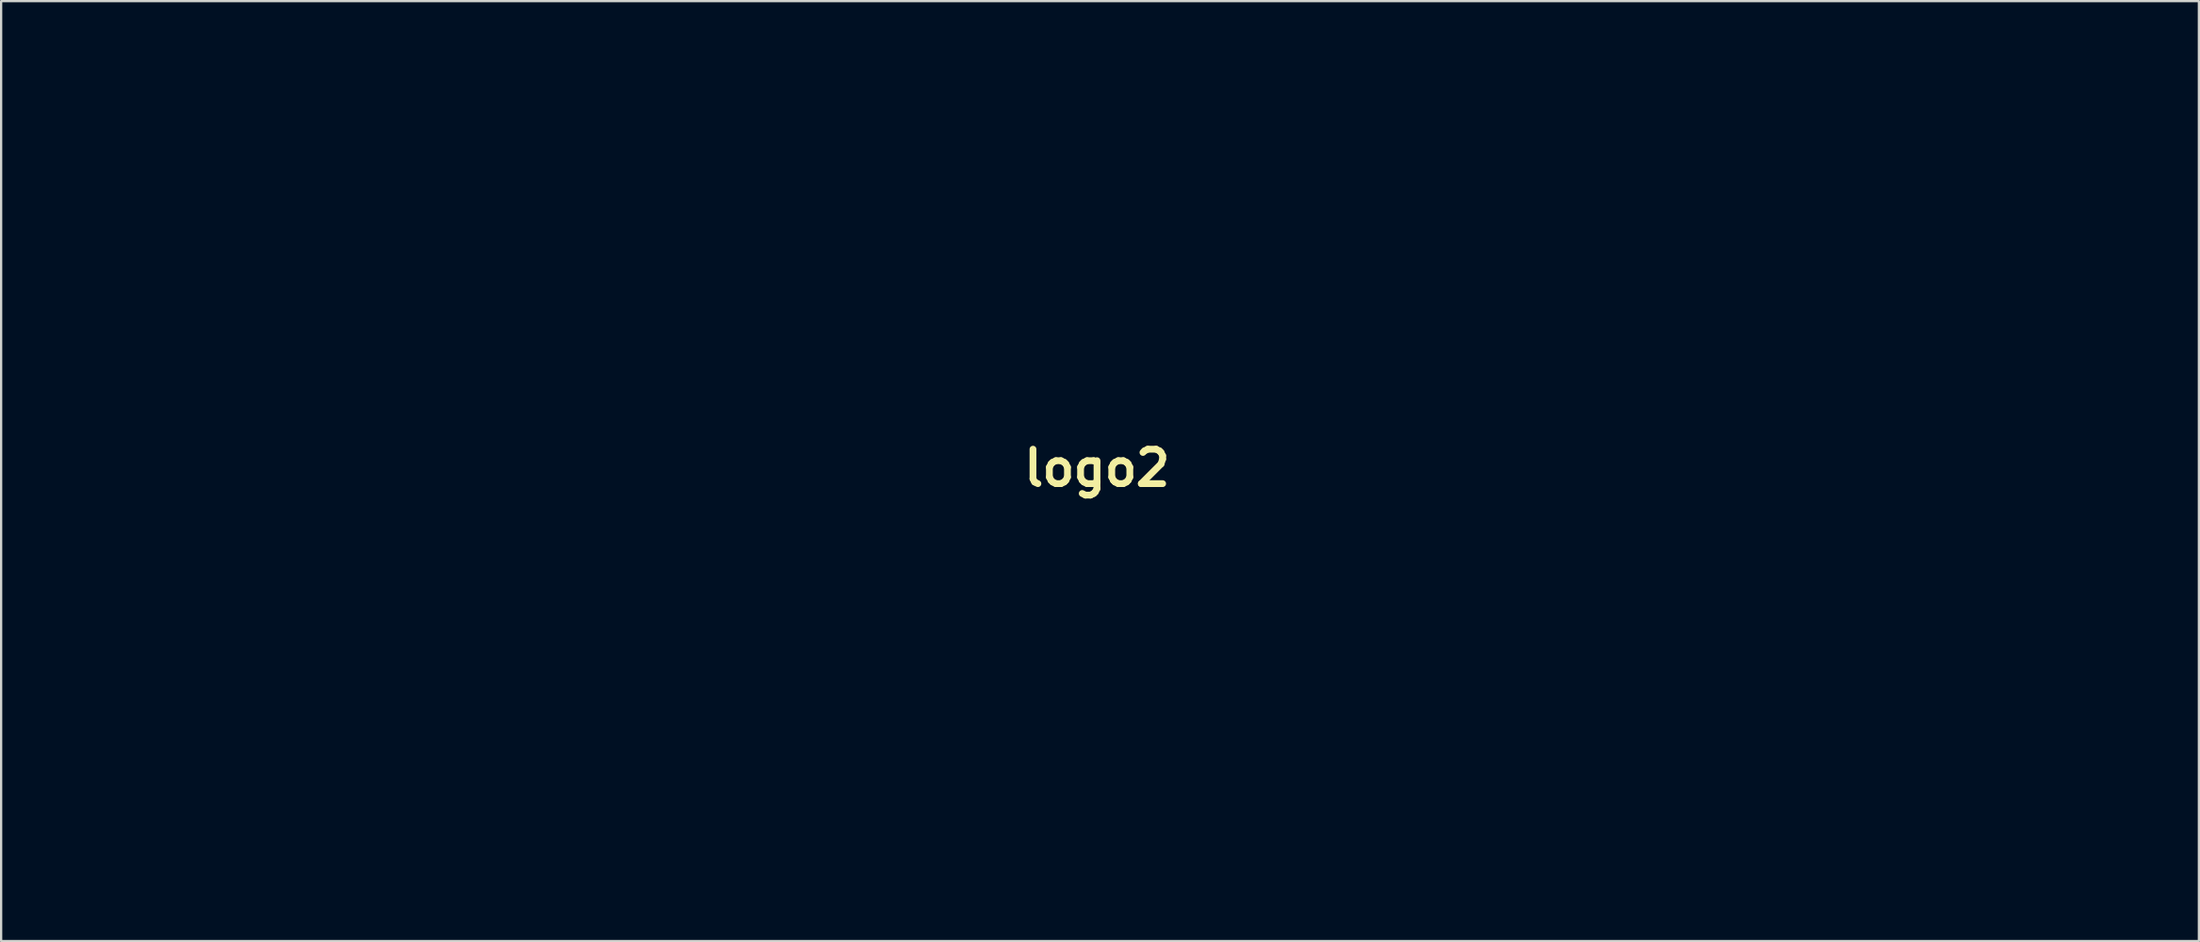
<source format=kicad_pcb>
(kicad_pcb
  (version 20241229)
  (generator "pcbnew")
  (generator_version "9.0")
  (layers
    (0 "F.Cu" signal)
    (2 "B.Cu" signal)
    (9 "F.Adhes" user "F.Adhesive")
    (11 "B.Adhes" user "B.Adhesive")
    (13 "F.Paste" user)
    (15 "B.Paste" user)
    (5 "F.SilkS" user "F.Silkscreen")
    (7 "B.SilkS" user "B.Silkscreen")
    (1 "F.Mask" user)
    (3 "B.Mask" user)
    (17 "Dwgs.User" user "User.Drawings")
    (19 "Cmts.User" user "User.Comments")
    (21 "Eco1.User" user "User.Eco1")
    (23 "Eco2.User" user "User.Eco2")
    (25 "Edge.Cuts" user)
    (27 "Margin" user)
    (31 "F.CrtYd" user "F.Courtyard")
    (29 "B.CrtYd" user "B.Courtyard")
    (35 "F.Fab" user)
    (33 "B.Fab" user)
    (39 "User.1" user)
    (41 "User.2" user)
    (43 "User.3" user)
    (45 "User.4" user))
  (footprint "logo2"
    (layer "F.Cu")
    (at 45.458 17.651)
    (property "Reference" "logo2" (at 0 0 0) (layer "F.SilkS") (effects (font (size 1.524 1.524) (thickness 0.3))))
    (attr through_hole)
    (fp_poly (pts (xy 30.79 -7.48) (xy 30.725 -7.174) (xy 30.36 -6.999) (xy 30.004 -7.128) (xy 29.945 -7.353) (xy 30.137 -7.69) (xy 30.413 -7.703) (xy 30.79 -7.48)) (stroke (width 0.01) (type solid)) (fill no) (layer "Eco2.User"))
    (fp_poly (pts (xy -4.189 0.271) (xy -4.089 0.579) (xy -4.363 0.787) (xy -4.523 0.802) (xy -4.983 0.632) (xy -5.08 0.381) (xy -4.88 0.06) (xy -4.634 0.047) (xy -4.189 0.271)) (stroke (width 0.01) (type solid)) (fill no) (layer "Eco2.User"))
    (fp_poly (pts (xy 30.837 -5.848) (xy 30.964 -5.545) (xy 30.866 -5.164) (xy 30.5 -5.08) (xy 30.042 -5.256) (xy 29.945 -5.634) (xy 30.113 -6.03) (xy 30.48 -6.096) (xy 30.837 -5.848)) (stroke (width 0.01) (type solid)) (fill no) (layer "Eco2.User"))
    (fp_poly (pts (xy -0.205 1.014) (xy -0.196 1.047) (xy -0.207 1.511) (xy -0.426 1.604) (xy -0.763 1.489) (xy -0.798 1.404) (xy -0.666 1.022) (xy -0.568 0.846) (xy -0.363 0.684) (xy -0.205 1.014)) (stroke (width 0.01) (type solid)) (fill no) (layer "Eco2.User"))
    (fp_poly (pts (xy 8.749 7.597) (xy 8.859 7.682) (xy 9.028 8.122) (xy 8.911 8.591) (xy 8.577 8.823) (xy 8.556 8.823) (xy 8.226 8.609) (xy 8.111 8.404) (xy 8.1 7.91) (xy 8.365 7.589) (xy 8.749 7.597)) (stroke (width 0.01) (type solid)) (fill no) (layer "Eco2.User"))
    (fp_poly (pts (xy 14.631 7.597) (xy 14.741 7.682) (xy 14.91 8.122) (xy 14.793 8.591) (xy 14.459 8.823) (xy 14.438 8.823) (xy 14.108 8.609) (xy 13.993 8.404) (xy 13.982 7.91) (xy 14.248 7.589) (xy 14.631 7.597)) (stroke (width 0.01) (type solid)) (fill no) (layer "Eco2.User"))
    (fp_poly (pts (xy 27.873 0.048) (xy 28.343 0.267) (xy 28.475 0.535) (xy 28.247 0.881) (xy 27.873 1.021) (xy 27.404 0.972) (xy 27.272 0.559) (xy 27.272 0.535) (xy 27.394 0.106) (xy 27.848 0.045) (xy 27.873 0.048)) (stroke (width 0.01) (type solid)) (fill no) (layer "Eco2.User"))
    (fp_poly (pts (xy 29.069 7.597) (xy 29.179 7.682) (xy 29.348 8.122) (xy 29.231 8.591) (xy 28.897 8.823) (xy 28.876 8.823) (xy 28.546 8.609) (xy 28.431 8.404) (xy 28.42 7.91) (xy 28.685 7.589) (xy 29.069 7.597)) (stroke (width 0.01) (type solid)) (fill no) (layer "Eco2.User"))
    (fp_poly (pts (xy 21.59 0.164) (xy 22.045 0.688) (xy 22.115 1.309) (xy 21.843 1.849) (xy 21.271 2.13) (xy 21.122 2.139) (xy 20.557 1.946) (xy 20.331 1.751) (xy 20.097 1.154) (xy 20.242 0.572) (xy 20.653 0.148) (xy 21.216 0.026) (xy 21.59 0.164)) (stroke (width 0.01) (type solid)) (fill no) (layer "Eco2.User"))
    (fp_poly (pts (xy 42.712 0.164) (xy 43.167 0.688) (xy 43.237 1.309) (xy 42.965 1.849) (xy 42.393 2.13) (xy 42.244 2.139) (xy 41.679 1.946) (xy 41.453 1.751) (xy 41.219 1.154) (xy 41.365 0.572) (xy 41.775 0.148) (xy 42.338 0.026) (xy 42.712 0.164)) (stroke (width 0.01) (type solid)) (fill no) (layer "Eco2.User"))
    (fp_poly (pts (xy -0.799 -7.517) (xy -0.486 -7.085) (xy -0.344 -6.331) (xy -0.529 -5.635) (xy -0.966 -5.172) (xy -1.331 -5.08) (xy -1.655 -5.149) (xy -1.817 -5.443) (xy -1.869 -6.094) (xy -1.872 -6.417) (xy -1.844 -7.218) (xy -1.725 -7.618) (xy -1.462 -7.748) (xy -1.331 -7.754) (xy -0.799 -7.517)) (stroke (width 0.01) (type solid)) (fill no) (layer "Eco2.User"))
    (fp_poly (pts (xy 24.626 -7.524) (xy 24.975 -6.952) (xy 25.044 -6.213) (xy 24.914 -5.748) (xy 24.483 -5.223) (xy 24.069 -5.08) (xy 23.745 -5.149) (xy 23.583 -5.443) (xy 23.531 -6.094) (xy 23.528 -6.417) (xy 23.556 -7.218) (xy 23.675 -7.618) (xy 23.938 -7.748) (xy 24.069 -7.754) (xy 24.626 -7.524)) (stroke (width 0.01) (type solid)) (fill no) (layer "Eco2.User"))
    (fp_poly (pts (xy -28.559 -6.961) (xy -27.145 -6.927) (xy -25.921 -6.868) (xy -24.99 -6.783) (xy -24.455 -6.673) (xy -24.384 -6.631) (xy -24.094 -6.008) (xy -24.155 -5.255) (xy -24.483 -4.698) (xy -24.714 -4.545) (xy -25.104 -4.433) (xy -25.728 -4.358) (xy -26.662 -4.312) (xy -27.981 -4.29) (xy -29.759 -4.286) (xy -29.764 -4.286) (xy -31.456 -4.304) (xy -32.92 -4.348) (xy -34.074 -4.414) (xy -34.834 -4.498) (xy -35.092 -4.567) (xy -35.431 -5.021) (xy -33.956 -5.021) (xy -33.818 -4.803) (xy -33.465 -4.97) (xy -33.093 -5.365) (xy -31.484 -5.365) (xy -31.447 -5.347) (xy -31.203 -5.536) (xy -31.148 -5.615) (xy -31.08 -5.865) (xy -31.117 -5.882) (xy -31.361 -5.694) (xy -31.416 -5.615) (xy -31.484 -5.365) (xy -33.093 -5.365) (xy -32.994 -5.47) (xy -32.886 -5.615) (xy -32.548 -6.148) (xy -32.545 -6.283) (xy -31.015 -6.283) (xy -30.881 -6.149) (xy -30.747 -6.283) (xy -30.881 -6.417) (xy -31.015 -6.283) (xy -32.545 -6.283) (xy -32.543 -6.38) (xy -32.719 -6.417) (xy -33.139 -6.212) (xy -33.601 -5.741) (xy -33.914 -5.218) (xy -33.956 -5.021) (xy -35.431 -5.021) (xy -35.444 -5.039) (xy -35.552 -5.739) (xy -35.397 -6.41) (xy -35.239 -6.631) (xy -34.858 -6.749) (xy -34.046 -6.843) (xy -32.907 -6.911) (xy -31.543 -6.953) (xy -30.06 -6.97) (xy -28.559 -6.961)) (stroke (width 0.01) (type solid)) (fill no) (layer "Eco2.User"))
    (fp_poly (pts (xy 45.72 17.914) (xy -45.453 17.914) (xy -45.453 12.833) (xy -32.809 12.833) (xy -32.591 13.286) (xy -32.15 13.978) (xy -31.578 14.788) (xy -30.964 15.596) (xy -30.399 16.282) (xy -29.975 16.724) (xy -29.812 16.824) (xy -29.547 16.622) (xy -29.057 16.078) (xy -28.423 15.289) (xy -28.034 14.771) (xy -26.524 12.718) (xy -28.103 9.567) (xy -28.697 8.401) (xy -29.209 7.43) (xy -29.591 6.742) (xy -29.796 6.427) (xy -29.811 6.417) (xy -30.012 6.645) (xy -30.366 7.255) (xy -30.822 8.136) (xy -31.327 9.176) (xy -31.829 10.262) (xy -32.276 11.285) (xy -32.616 12.131) (xy -32.796 12.69) (xy -32.809 12.833) (xy -45.453 12.833) (xy -45.453 6.067) (xy -44.644 6.067) (xy -43.243 8.581) (xy -41.843 11.095) (xy -41.766 8.587) (xy -41.689 6.088) (xy -39.084 6.088) (xy -37.526 8.926) (xy -36.914 10.019) (xy -36.392 10.917) (xy -36.012 11.529) (xy -35.829 11.764) (xy -35.827 11.764) (xy -35.672 11.536) (xy -35.317 10.897) (xy -34.798 9.916) (xy -34.151 8.662) (xy -33.412 7.204) (xy -33.084 6.549) (xy -32.322 5.018) (xy -31.649 3.653) (xy -31.098 2.524) (xy -30.703 1.702) (xy -30.5 1.258) (xy -30.48 1.201) (xy -30.725 1.138) (xy -31.373 1.091) (xy -32.289 1.07) (xy -32.428 1.069) (xy -29.146 1.069) (xy -26.455 6.446) (xy -25.678 7.986) (xy -24.982 9.346) (xy -24.4 10.459) (xy -23.968 11.258) (xy -23.721 11.679) (xy -23.677 11.726) (xy -23.521 11.468) (xy -23.161 10.837) (xy -22.652 9.928) (xy -22.062 8.863) (xy -20.535 6.096) (xy -21.426 5.12) (xy -22.066 4.429) (xy -22.9 3.54) (xy -23.751 2.641) (xy -23.784 2.607) (xy -25.25 1.069) (xy -22.525 1.069) (xy -17.914 6.093) (xy -17.914 8.587) (xy -17.913 9.667) (xy -17.882 10.357) (xy -17.777 10.645) (xy -17.555 10.518) (xy -17.172 9.965) (xy -16.585 8.974) (xy -16.069 8.082) (xy -15.62 7.326) (xy 4.438 7.326) (xy 4.773 7.576) (xy 5.067 7.567) (xy 5.575 7.567) (xy 5.708 7.849) (xy 5.448 8.296) (xy 5.216 8.506) (xy 4.668 9.039) (xy 4.618 9.394) (xy 5.074 9.584) (xy 5.748 9.625) (xy 6.541 9.573) (xy 6.903 9.394) (xy 6.952 9.224) (xy 6.725 8.899) (xy 6.375 8.823) (xy 5.981 8.787) (xy 6.023 8.589) (xy 6.242 8.334) (xy 6.35 8.151) (xy 7.219 8.151) (xy 7.422 8.995) (xy 7.943 9.498) (xy 8.65 9.61) (xy 9.412 9.278) (xy 9.625 9.091) (xy 10.022 8.561) (xy 10.16 8.155) (xy 9.949 7.62) (xy 9.683 7.326) (xy 10.32 7.326) (xy 10.655 7.576) (xy 10.949 7.567) (xy 11.457 7.567) (xy 11.59 7.849) (xy 11.33 8.296) (xy 11.098 8.506) (xy 10.55 9.039) (xy 10.5 9.394) (xy 10.956 9.584) (xy 11.631 9.625) (xy 12.424 9.573) (xy 12.785 9.394) (xy 12.834 9.224) (xy 12.607 8.899) (xy 12.258 8.823) (xy 11.864 8.787) (xy 11.905 8.589) (xy 12.124 8.334) (xy 12.233 8.151) (xy 13.101 8.151) (xy 13.304 8.995) (xy 13.825 9.498) (xy 14.532 9.61) (xy 15.294 9.278) (xy 15.507 9.091) (xy 15.904 8.561) (xy 16.042 8.155) (xy 16.309 8.155) (xy 16.547 8.474) (xy 17.083 8.556) (xy 17.709 8.427) (xy 18.01 8.155) (xy 17.993 7.878) (xy 17.589 7.765) (xy 17.237 7.754) (xy 16.548 7.842) (xy 16.311 8.124) (xy 16.309 8.155) (xy 16.042 8.155) (xy 15.832 7.62) (xy 15.71 7.486) (xy 18.448 7.486) (xy 18.52 8.06) (xy 18.826 8.269) (xy 19.117 8.288) (xy 19.619 8.38) (xy 19.785 8.556) (xy 19.556 8.757) (xy 19.117 8.823) (xy 18.579 8.963) (xy 18.448 9.224) (xy 18.665 9.52) (xy 19.187 9.624) (xy 19.819 9.539) (xy 20.368 9.266) (xy 20.434 9.206) (xy 20.676 8.667) (xy 20.501 8.129) (xy 20.28 7.973) (xy 21.929 7.973) (xy 22.048 8.648) (xy 22.258 9.103) (xy 22.745 9.524) (xy 23.308 9.467) (xy 23.85 8.958) (xy 24.04 8.629) (xy 24.433 7.962) (xy 24.699 7.814) (xy 24.84 8.187) (xy 24.865 8.689) (xy 24.952 9.382) (xy 25.23 9.624) (xy 25.266 9.625) (xy 25.508 9.493) (xy 25.616 9.091) (xy 26.202 9.091) (xy 26.337 9.529) (xy 26.67 9.574) (xy 27.068 9.311) (xy 27.138 9.091) (xy 26.916 8.713) (xy 26.67 8.607) (xy 26.291 8.7) (xy 26.202 9.091) (xy 25.616 9.091) (xy 25.633 9.03) (xy 25.667 8.155) (xy 25.667 8.151) (xy 27.539 8.151) (xy 27.742 8.995) (xy 28.263 9.498) (xy 28.97 9.61) (xy 29.732 9.278) (xy 29.945 9.091) (xy 30.342 8.561) (xy 30.48 8.155) (xy 30.269 7.62) (xy 29.776 7.075) (xy 29.205 6.725) (xy 28.992 6.684) (xy 28.144 6.895) (xy 27.65 7.497) (xy 27.539 8.151) (xy 25.667 8.151) (xy 25.628 7.257) (xy 25.496 6.798) (xy 25.282 6.684) (xy 24.827 6.847) (xy 24.732 6.952) (xy 24.363 7.159) (xy 23.914 7.219) (xy 23.45 7.306) (xy 23.278 7.675) (xy 23.261 8.037) (xy 23.189 8.571) (xy 23.003 8.695) (xy 22.994 8.689) (xy 22.787 8.321) (xy 22.726 7.872) (xy 22.584 7.346) (xy 22.325 7.219) (xy 22.024 7.437) (xy 21.929 7.973) (xy 20.28 7.973) (xy 19.995 7.771) (xy 19.709 7.717) (xy 19.117 7.681) (xy 19.718 7.565) (xy 20.245 7.339) (xy 20.32 7.037) (xy 19.988 6.779) (xy 19.384 6.684) (xy 18.755 6.729) (xy 18.498 6.956) (xy 18.448 7.486) (xy 15.71 7.486) (xy 15.338 7.075) (xy 14.767 6.725) (xy 14.554 6.684) (xy 13.706 6.895) (xy 13.212 7.497) (xy 13.101 8.151) (xy 12.233 8.151) (xy 12.516 7.672) (xy 12.456 7.126) (xy 12.012 6.812) (xy 11.339 6.723) (xy 10.728 6.83) (xy 10.35 7.082) (xy 10.32 7.326) (xy 9.683 7.326) (xy 9.456 7.075) (xy 8.885 6.725) (xy 8.672 6.684) (xy 7.824 6.895) (xy 7.33 7.497) (xy 7.219 8.151) (xy 6.35 8.151) (xy 6.634 7.672) (xy 6.574 7.126) (xy 6.13 6.812) (xy 5.457 6.723) (xy 4.846 6.83) (xy 4.468 7.082) (xy 4.438 7.326) (xy -15.62 7.326) (xy -15.616 7.319) (xy -15.313 6.755) (xy -15.188 6.297) (xy -15.271 5.85) (xy -15.591 5.32) (xy -16.176 4.613) (xy -17.056 3.635) (xy -17.634 2.994) (xy -19.36 1.069) (xy -22.525 1.069) (xy -25.25 1.069) (xy -29.146 1.069) (xy -32.428 1.069) (xy -34.375 1.069) (xy -35.705 2.473) (xy -36.564 3.383) (xy -37.45 4.328) (xy -38.06 4.982) (xy -39.084 6.088) (xy -41.689 6.088) (xy -41.688 6.08) (xy -39.426 3.641) (xy -37.164 1.203) (xy -38.702 1.119) (xy -39.602 1.095) (xy -40.163 1.189) (xy -40.578 1.46) (xy -40.907 1.817) (xy -41.402 2.389) (xy -42.117 3.206) (xy -42.916 4.114) (xy -43.11 4.333) (xy -44.644 6.067) (xy -45.453 6.067) (xy -45.453 1.056) (xy -9.893 1.056) (xy -9.886 2.121) (xy -9.842 2.76) (xy -9.728 3.082) (xy -9.51 3.195) (xy -9.224 3.208) (xy -8.747 3.122) (xy -8.572 2.755) (xy -8.556 2.406) (xy -8.524 2.13) (xy -6.351 2.13) (xy -6.313 2.766) (xy -6.203 3.084) (xy -5.987 3.196) (xy -5.725 3.208) (xy -5.263 3.117) (xy -5.094 2.737) (xy -5.08 2.406) (xy -5.01 1.843) (xy -4.842 1.604) (xy -4.839 1.604) (xy -4.593 1.829) (xy -4.33 2.373) (xy -4.318 2.406) (xy -4.108 2.883) (xy -3.799 3.121) (xy -3.226 3.201) (xy -2.688 3.208) (xy -1.92 3.161) (xy -1.431 3.039) (xy -1.337 2.941) (xy -1.105 2.752) (xy -0.551 2.674) (xy 0.067 2.756) (xy 0.401 2.941) (xy 0.771 3.151) (xy 1.194 3.208) (xy 1.821 3.208) (xy 0.977 1.071) (xy 0.977 1.069) (xy 2.273 1.069) (xy 2.282 2.132) (xy 2.33 2.769) (xy 2.446 3.088) (xy 2.661 3.198) (xy 2.859 3.208) (xy 3.242 3.126) (xy 3.438 2.786) (xy 3.527 2.091) (xy 3.609 0.973) (xy 4.381 2.091) (xy 5.04 2.875) (xy 5.634 3.195) (xy 5.785 3.208) (xy 6.098 3.181) (xy 6.286 3.027) (xy 6.38 2.636) (xy 6.413 1.9) (xy 6.417 1.069) (xy 6.952 1.069) (xy 7.166 2.024) (xy 7.723 2.738) (xy 8.498 3.138) (xy 9.363 3.151) (xy 10.019 2.846) (xy 10.371 2.348) (xy 10.328 1.999) (xy 10.106 1.683) (xy 9.83 1.827) (xy 9.253 2.125) (xy 8.692 2.013) (xy 8.28 1.6) (xy 8.163 1.069) (xy 10.962 1.069) (xy 10.969 2.13) (xy 11.013 2.766) (xy 11.128 3.084) (xy 11.349 3.195) (xy 11.631 3.208) (xy 12.176 3.063) (xy 12.307 2.741) (xy 12.337 2.415) (xy 12.479 2.558) (xy 12.588 2.741) (xy 12.939 3.136) (xy 13.359 3.111) (xy 13.949 2.65) (xy 14.063 2.538) (xy 14.495 2.065) (xy 14.578 1.708) (xy 14.344 1.21) (xy 14.262 1.069) (xy 14.973 1.069) (xy 15.187 2.024) (xy 15.744 2.738) (xy 16.519 3.138) (xy 17.384 3.151) (xy 18.04 2.846) (xy 18.392 2.348) (xy 18.349 1.999) (xy 18.127 1.683) (xy 17.851 1.827) (xy 17.244 2.123) (xy 16.629 1.965) (xy 16.309 1.604) (xy 16.203 1.086) (xy 18.952 1.086) (xy 19.164 1.943) (xy 19.696 2.663) (xy 20.497 3.118) (xy 21.122 3.208) (xy 21.853 3.042) (xy 22.557 2.654) (xy 23.134 1.916) (xy 23.292 1.053) (xy 23.08 0.196) (xy 22.548 -0.524) (xy 21.747 -0.979) (xy 21.127 -1.069) (xy 26.068 -1.069) (xy 26.068 1.07) (xy 26.075 2.13) (xy 26.117 2.765) (xy 26.232 3.084) (xy 26.456 3.195) (xy 26.779 3.208) (xy 27.283 3.135) (xy 27.383 2.839) (xy 27.349 2.674) (xy 27.336 2.297) (xy 27.658 2.154) (xy 28.023 2.139) (xy 28.938 1.926) (xy 29.509 1.327) (xy 29.563 1.069) (xy 30.213 1.069) (xy 30.22 2.131) (xy 30.265 2.766) (xy 30.381 3.085) (xy 30.599 3.196) (xy 30.858 3.208) (xy 31.177 3.183) (xy 31.368 3.035) (xy 31.463 2.654) (xy 31.493 1.932) (xy 31.493 1.069) (xy 31.951 1.069) (xy 31.96 2.132) (xy 32.008 2.769) (xy 32.124 3.088) (xy 32.339 3.198) (xy 32.537 3.208) (xy 32.92 3.126) (xy 33.115 2.786) (xy 33.205 2.091) (xy 33.287 0.973) (xy 34.059 2.091) (xy 34.718 2.875) (xy 35.311 3.195) (xy 35.463 3.208) (xy 35.776 3.181) (xy 35.964 3.027) (xy 36.058 2.636) (xy 36.091 1.9) (xy 36.095 1.069) (xy 36.088 0.009) (xy 36.051 -0.535) (xy 36.552 -0.535) (xy 36.564 -0.108) (xy 36.922 0) (xy 37.208 0.066) (xy 37.362 0.344) (xy 37.423 0.955) (xy 37.432 1.604) (xy 37.446 2.493) (xy 37.523 2.973) (xy 37.716 3.17) (xy 38.077 3.208) (xy 38.1 3.208) (xy 38.47 3.174) (xy 38.67 2.989) (xy 38.752 2.526) (xy 38.768 1.66) (xy 38.768 1.604) (xy 38.78 1.086) (xy 40.074 1.086) (xy 40.286 1.943) (xy 40.818 2.663) (xy 41.62 3.118) (xy 42.244 3.208) (xy 42.975 3.042) (xy 43.679 2.654) (xy 44.256 1.916) (xy 44.414 1.053) (xy 44.202 0.196) (xy 43.67 -0.524) (xy 42.869 -0.979) (xy 42.244 -1.069) (xy 41.513 -0.903) (xy 40.81 -0.515) (xy 40.232 0.223) (xy 40.074 1.086) (xy 38.78 1.086) (xy 38.788 0.708) (xy 38.874 0.224) (xy 39.066 0.029) (xy 39.303 0) (xy 39.75 -0.189) (xy 39.838 -0.535) (xy 39.778 -0.836) (xy 39.517 -0.997) (xy 38.931 -1.061) (xy 38.265 -1.069) (xy 37.361 -1.044) (xy 36.856 -0.94) (xy 36.617 -0.715) (xy 36.552 -0.535) (xy 36.051 -0.535) (xy 36.045 -0.626) (xy 35.93 -0.945) (xy 35.707 -1.056) (xy 35.398 -1.069) (xy 34.957 -1.025) (xy 34.78 -0.79) (xy 34.784 -0.213) (xy 34.804 0) (xy 34.83 0.668) (xy 34.771 1.041) (xy 34.734 1.069) (xy 34.496 0.869) (xy 34.08 0.358) (xy 33.822 0) (xy 33.174 -0.749) (xy 32.591 -1.064) (xy 32.516 -1.069) (xy 32.235 -1.031) (xy 32.066 -0.845) (xy 31.982 -0.402) (xy 31.953 0.407) (xy 31.951 1.069) (xy 31.493 1.069) (xy 31.481 0.008) (xy 31.432 -0.627) (xy 31.315 -0.946) (xy 31.096 -1.057) (xy 30.848 -1.069) (xy 30.533 -1.043) (xy 30.344 -0.89) (xy 30.249 -0.501) (xy 30.216 0.232) (xy 30.213 1.069) (xy 29.563 1.069) (xy 29.678 0.531) (xy 29.445 -0.271) (xy 28.77 -0.807) (xy 27.688 -1.054) (xy 27.279 -1.069) (xy 26.068 -1.069) (xy 21.127 -1.069) (xy 21.122 -1.069) (xy 20.391 -0.903) (xy 19.688 -0.515) (xy 19.11 0.223) (xy 18.952 1.086) (xy 16.203 1.086) (xy 16.172 0.937) (xy 16.406 0.383) (xy 16.88 0.053) (xy 17.46 0.058) (xy 17.851 0.312) (xy 18.146 0.45) (xy 18.349 0.14) (xy 18.316 -0.416) (xy 18.04 -0.707) (xy 17.172 -1.045) (xy 16.24 -0.866) (xy 15.677 -0.515) (xy 15.163 0.053) (xy 14.98 0.799) (xy 14.973 1.069) (xy 14.262 1.069) (xy 14.254 1.056) (xy 13.964 0.463) (xy 13.995 0.137) (xy 14.115 0.034) (xy 14.292 -0.309) (xy 14.24 -0.768) (xy 14.006 -1.057) (xy 13.934 -1.069) (xy 13.481 -0.888) (xy 12.971 -0.474) (xy 12.617 -0.018) (xy 12.566 0.158) (xy 12.706 0.667) (xy 12.977 1.18) (xy 13.237 1.645) (xy 13.166 1.871) (xy 12.939 1.979) (xy 12.529 2.06) (xy 12.3 1.855) (xy 12.214 1.279) (xy 12.229 0.379) (xy 12.249 -0.454) (xy 12.179 -0.885) (xy 11.963 -1.047) (xy 11.627 -1.069) (xy 11.297 -1.046) (xy 11.1 -0.904) (xy 11.001 -0.534) (xy 10.966 0.174) (xy 10.962 1.069) (xy 8.163 1.069) (xy 8.148 0.999) (xy 8.288 0.535) (xy 8.783 0.08) (xy 9.419 0.057) (xy 9.83 0.312) (xy 10.125 0.45) (xy 10.328 0.14) (xy 10.295 -0.416) (xy 10.019 -0.707) (xy 9.151 -1.045) (xy 8.219 -0.866) (xy 7.656 -0.515) (xy 7.142 0.053) (xy 6.959 0.799) (xy 6.952 1.069) (xy 6.417 1.069) (xy 6.41 0.009) (xy 6.367 -0.626) (xy 6.252 -0.945) (xy 6.029 -1.056) (xy 5.72 -1.069) (xy 5.279 -1.025) (xy 5.102 -0.79) (xy 5.107 -0.213) (xy 5.126 0) (xy 5.152 0.668) (xy 5.093 1.041) (xy 5.057 1.069) (xy 4.818 0.869) (xy 4.402 0.358) (xy 4.144 0) (xy 3.496 -0.749) (xy 2.914 -1.064) (xy 2.838 -1.069) (xy 2.557 -1.031) (xy 2.388 -0.845) (xy 2.304 -0.402) (xy 2.275 0.407) (xy 2.273 1.069) (xy 0.977 1.069) (xy 0.533 0.003) (xy 0.19 -0.648) (xy -0.112 -0.974) (xy -0.436 -1.068) (xy -0.453 -1.068) (xy -0.785 -0.985) (xy -1.083 -0.67) (xy -1.409 -0.027) (xy -1.79 0.933) (xy -2.155 1.866) (xy -2.462 2.567) (xy -2.655 2.919) (xy -2.682 2.938) (xy -2.865 2.72) (xy -3.108 2.189) (xy -3.111 2.182) (xy -3.26 1.49) (xy -3.051 0.949) (xy -3.035 0.927) (xy -2.724 0.386) (xy -2.788 -0.042) (xy -3.208 -0.535) (xy -3.819 -0.916) (xy -4.73 -1.064) (xy -5.033 -1.069) (xy -6.324 -1.069) (xy -6.347 1.069) (xy -6.351 2.13) (xy -8.524 2.13) (xy -8.49 1.838) (xy -8.177 1.629) (xy -7.754 1.604) (xy -7.167 1.52) (xy -6.96 1.208) (xy -6.952 1.069) (xy -7.078 0.678) (xy -7.547 0.54) (xy -7.754 0.535) (xy -8.317 0.457) (xy -8.556 0.271) (xy -8.556 0.267) (xy -8.32 0.092) (xy -7.74 0.003) (xy -7.6 0) (xy -6.96 -0.052) (xy -6.728 -0.252) (xy -6.734 -0.468) (xy -6.905 -0.751) (xy -7.361 -0.918) (xy -8.219 -1.008) (xy -8.358 -1.016) (xy -9.893 -1.096) (xy -9.893 1.056) (xy -45.453 1.056) (xy -45.453 -3.457) (xy -37.385 -3.457) (xy -37.341 -2.182) (xy -37.238 -1.411) (xy -37.139 -1.173) (xy -36.775 -1.05) (xy -35.965 -0.949) (xy -34.794 -0.869) (xy -33.352 -0.812) (xy -31.726 -0.777) (xy -30.002 -0.763) (xy -28.269 -0.772) (xy -26.614 -0.803) (xy -25.124 -0.855) (xy -23.887 -0.929) (xy -22.99 -1.026) (xy -22.521 -1.144) (xy -22.484 -1.173) (xy -22.343 -1.622) (xy -22.26 -2.565) (xy -22.236 -4.018) (xy -22.251 -5.25) (xy -22.317 -8.556) (xy -3.138 -8.556) (xy -3.124 -6.417) (xy -3.11 -4.278) (xy -1.859 -4.278) (xy -0.662 -4.435) (xy 0.098 -4.832) (xy 0.611 -5.4) (xy 0.795 -6.146) (xy 0.802 -6.417) (xy 0.587 -7.436) (xy -0.051 -8.133) (xy -1.098 -8.5) (xy -1.856 -8.555) (xy 1.471 -8.555) (xy 1.471 -4.277) (xy 3.008 -4.278) (xy 3.917 -4.311) (xy 4.396 -4.428) (xy 4.545 -4.656) (xy 4.545 -4.679) (xy 4.674 -5.035) (xy 4.784 -5.08) (xy 5.076 -4.867) (xy 5.177 -4.679) (xy 5.475 -4.32) (xy 5.944 -4.423) (xy 6.577 -4.948) (xy 7.009 -5.422) (xy 7.091 -5.778) (xy 6.858 -6.276) (xy 6.775 -6.417) (xy 7.486 -6.417) (xy 7.494 -5.356) (xy 7.539 -4.72) (xy 7.654 -4.402) (xy 7.873 -4.291) (xy 8.131 -4.278) (xy 8.451 -4.303) (xy 8.642 -4.452) (xy 8.737 -4.832) (xy 8.767 -5.554) (xy 8.767 -6.417) (xy 9.091 -6.417) (xy 9.293 -5.396) (xy 9.902 -4.719) (xy 10.92 -4.383) (xy 11.867 -4.349) (xy 13.247 -4.412) (xy 13.247 -5.414) (xy 13.201 -6.079) (xy 13.003 -6.363) (xy 12.639 -6.417) (xy 13.769 -6.417) (xy 13.779 -5.354) (xy 13.827 -4.718) (xy 13.943 -4.399) (xy 14.158 -4.289) (xy 14.356 -4.278) (xy 14.739 -4.36) (xy 14.934 -4.701) (xy 15.024 -5.395) (xy 15.106 -6.513) (xy 15.878 -5.395) (xy 16.537 -4.611) (xy 17.13 -4.291) (xy 17.282 -4.278) (xy 17.595 -4.305) (xy 17.783 -4.46) (xy 17.877 -4.85) (xy 17.91 -5.586) (xy 17.914 -6.417) (xy 17.907 -7.478) (xy 17.864 -8.113) (xy 17.749 -8.431) (xy 17.526 -8.543) (xy 17.244 -8.555) (xy 18.582 -8.555) (xy 18.582 -4.277) (xy 20.088 -4.278) (xy 20.971 -4.306) (xy 21.457 -4.419) (xy 21.684 -4.663) (xy 21.734 -4.813) (xy 21.757 -5.159) (xy 21.497 -5.313) (xy 20.83 -5.347) (xy 20.169 -5.408) (xy 19.808 -5.559) (xy 19.785 -5.615) (xy 20.02 -5.791) (xy 20.598 -5.88) (xy 20.721 -5.882) (xy 21.366 -5.942) (xy 21.626 -6.175) (xy 21.657 -6.417) (xy 21.552 -6.785) (xy 21.144 -6.934) (xy 20.721 -6.952) (xy 20.103 -7.019) (xy 19.793 -7.184) (xy 19.785 -7.219) (xy 20.02 -7.396) (xy 20.598 -7.484) (xy 20.721 -7.486) (xy 21.366 -7.546) (xy 21.626 -7.78) (xy 21.657 -8.021) (xy 21.596 -8.325) (xy 21.33 -8.486) (xy 20.734 -8.548) (xy 20.119 -8.555) (xy 18.582 -8.555) (xy 17.244 -8.555) (xy 17.217 -8.556) (xy 22.262 -8.556) (xy 22.276 -6.417) (xy 22.29 -4.278) (xy 23.541 -4.278) (xy 24.738 -4.435) (xy 25.498 -4.832) (xy 26.011 -5.4) (xy 26.195 -6.146) (xy 26.202 -6.417) (xy 25.987 -7.436) (xy 25.349 -8.133) (xy 24.302 -8.5) (xy 23.528 -8.556) (xy 28.632 -8.556) (xy 28.637 -6.417) (xy 28.641 -4.278) (xy 30.054 -4.278) (xy 31.045 -4.344) (xy 31.672 -4.57) (xy 31.933 -4.793) (xy 32.259 -5.438) (xy 32.194 -5.93) (xy 32.057 -6.695) (xy 32.054 -7.267) (xy 31.931 -7.929) (xy 31.874 -7.973) (xy 32.374 -7.973) (xy 32.642 -7.208) (xy 33.013 -6.551) (xy 33.416 -5.773) (xy 33.654 -5.079) (xy 33.68 -4.879) (xy 33.819 -4.415) (xy 34.307 -4.278) (xy 34.357 -4.278) (xy 34.88 -4.402) (xy 35.025 -4.818) (xy 35.068 -4.979) (xy 36.692 -4.979) (xy 36.809 -4.51) (xy 37.143 -4.279) (xy 37.164 -4.278) (xy 37.494 -4.492) (xy 37.609 -4.697) (xy 37.62 -5.191) (xy 37.355 -5.512) (xy 36.971 -5.504) (xy 36.861 -5.419) (xy 36.692 -4.979) (xy 35.068 -4.979) (xy 35.168 -5.362) (xy 35.528 -6.098) (xy 35.717 -6.405) (xy 35.806 -6.583) (xy 36.692 -6.583) (xy 36.809 -6.115) (xy 37.143 -5.883) (xy 37.164 -5.882) (xy 37.494 -6.097) (xy 37.609 -6.301) (xy 37.62 -6.795) (xy 37.355 -7.116) (xy 36.971 -7.109) (xy 36.861 -7.023) (xy 36.692 -6.583) (xy 35.806 -6.583) (xy 36.153 -7.281) (xy 36.235 -7.99) (xy 35.971 -8.441) (xy 35.542 -8.556) (xy 35.122 -8.375) (xy 35.025 -7.941) (xy 34.896 -7.316) (xy 34.711 -7.011) (xy 34.293 -6.861) (xy 33.916 -7.128) (xy 33.702 -7.705) (xy 33.688 -7.92) (xy 33.57 -8.406) (xy 33.115 -8.554) (xy 33.02 -8.556) (xy 32.5 -8.414) (xy 32.374 -7.973) (xy 31.874 -7.973) (xy 31.392 -8.346) (xy 30.403 -8.538) (xy 29.841 -8.556) (xy 28.632 -8.556) (xy 23.528 -8.556) (xy 22.262 -8.556) (xy 17.217 -8.556) (xy 16.776 -8.511) (xy 16.599 -8.276) (xy 16.603 -7.7) (xy 16.623 -7.486) (xy 16.649 -6.819) (xy 16.59 -6.445) (xy 16.553 -6.417) (xy 16.315 -6.617) (xy 15.899 -7.128) (xy 15.641 -7.486) (xy 14.993 -8.236) (xy 14.41 -8.55) (xy 14.335 -8.556) (xy 14.054 -8.518) (xy 13.885 -8.331) (xy 13.801 -7.888) (xy 13.772 -7.08) (xy 13.769 -6.417) (xy 12.639 -6.417) (xy 12.147 -6.265) (xy 12.032 -5.882) (xy 11.872 -5.461) (xy 11.373 -5.347) (xy 10.697 -5.565) (xy 10.331 -6.107) (xy 10.367 -6.811) (xy 10.444 -6.982) (xy 10.767 -7.365) (xy 11.281 -7.446) (xy 11.652 -7.401) (xy 12.379 -7.388) (xy 12.746 -7.593) (xy 12.686 -7.945) (xy 12.422 -8.195) (xy 11.551 -8.526) (xy 10.571 -8.419) (xy 9.795 -8.002) (xy 9.281 -7.434) (xy 9.098 -6.688) (xy 9.091 -6.417) (xy 8.767 -6.417) (xy 8.754 -7.478) (xy 8.706 -8.114) (xy 8.588 -8.432) (xy 8.369 -8.543) (xy 8.122 -8.556) (xy 7.807 -8.529) (xy 7.618 -8.376) (xy 7.523 -7.987) (xy 7.49 -7.255) (xy 7.486 -6.417) (xy 6.775 -6.417) (xy 6.768 -6.43) (xy 6.477 -7.023) (xy 6.509 -7.35) (xy 6.629 -7.452) (xy 6.806 -7.795) (xy 6.754 -8.255) (xy 6.52 -8.543) (xy 6.448 -8.556) (xy 6.117 -8.418) (xy 5.674 -8.14) (xy 5.168 -7.544) (xy 5.184 -6.837) (xy 5.49 -6.299) (xy 5.731 -5.857) (xy 5.579 -5.588) (xy 5.548 -5.568) (xy 5.087 -5.428) (xy 4.386 -5.362) (xy 3.63 -5.368) (xy 3.001 -5.442) (xy 2.684 -5.58) (xy 2.674 -5.615) (xy 2.909 -5.791) (xy 3.487 -5.88) (xy 3.609 -5.882) (xy 4.254 -5.942) (xy 4.515 -6.175) (xy 4.545 -6.417) (xy 4.441 -6.785) (xy 4.032 -6.934) (xy 3.609 -6.952) (xy 2.991 -7.019) (xy 2.682 -7.184) (xy 2.674 -7.219) (xy 2.909 -7.396) (xy 3.487 -7.484) (xy 3.609 -7.486) (xy 4.254 -7.546) (xy 4.515 -7.78) (xy 4.545 -8.021) (xy 4.484 -8.325) (xy 4.218 -8.486) (xy 3.623 -8.548) (xy 3.008 -8.555) (xy 1.471 -8.555) (xy -1.856 -8.555) (xy -1.872 -8.556) (xy -3.138 -8.556) (xy -22.317 -8.556) (xy -22.325 -8.957) (xy -23.72 -9.037) (xy -24.608 -9.134) (xy -25.164 -9.354) (xy -25.589 -9.786) (xy -25.668 -9.893) (xy -26.06 -10.349) (xy -26.528 -10.598) (xy -27.256 -10.716) (xy -27.748 -10.749) (xy -29.277 -10.828) (xy -29.355 -12.725) (xy -29.367 -13.823) (xy -29.284 -14.509) (xy -29.088 -14.9) (xy -29.02 -14.964) (xy -28.639 -15.548) (xy -28.669 -16.182) (xy -29.022 -16.72) (xy -29.612 -17.017) (xy -30.222 -16.975) (xy -30.733 -16.571) (xy -30.94 -15.917) (xy -30.796 -15.228) (xy -30.632 -14.993) (xy -30.382 -14.568) (xy -30.264 -13.917) (xy -30.257 -12.903) (xy -30.267 -12.665) (xy -30.346 -10.828) (xy -31.896 -10.748) (xy -32.801 -10.672) (xy -33.326 -10.522) (xy -33.625 -10.235) (xy -33.746 -10.006) (xy -34.035 -9.563) (xy -34.493 -9.284) (xy -35.249 -9.118) (xy -36.228 -9.028) (xy -37.298 -8.957) (xy -37.372 -5.25) (xy -37.385 -3.457) (xy -45.453 -3.457) (xy -45.453 -17.646) (xy 45.72 -17.646) (xy 45.72 17.914)) (stroke (width 0.01) (type solid)) (fill no) (layer "Eco2.User")))
  (gr_rect
    (start -3 -3)
    (end 94.183 38.57)
    (stroke (width 0.1) (type default))
    (fill no)
    (layer "Edge.Cuts")))
</source>
